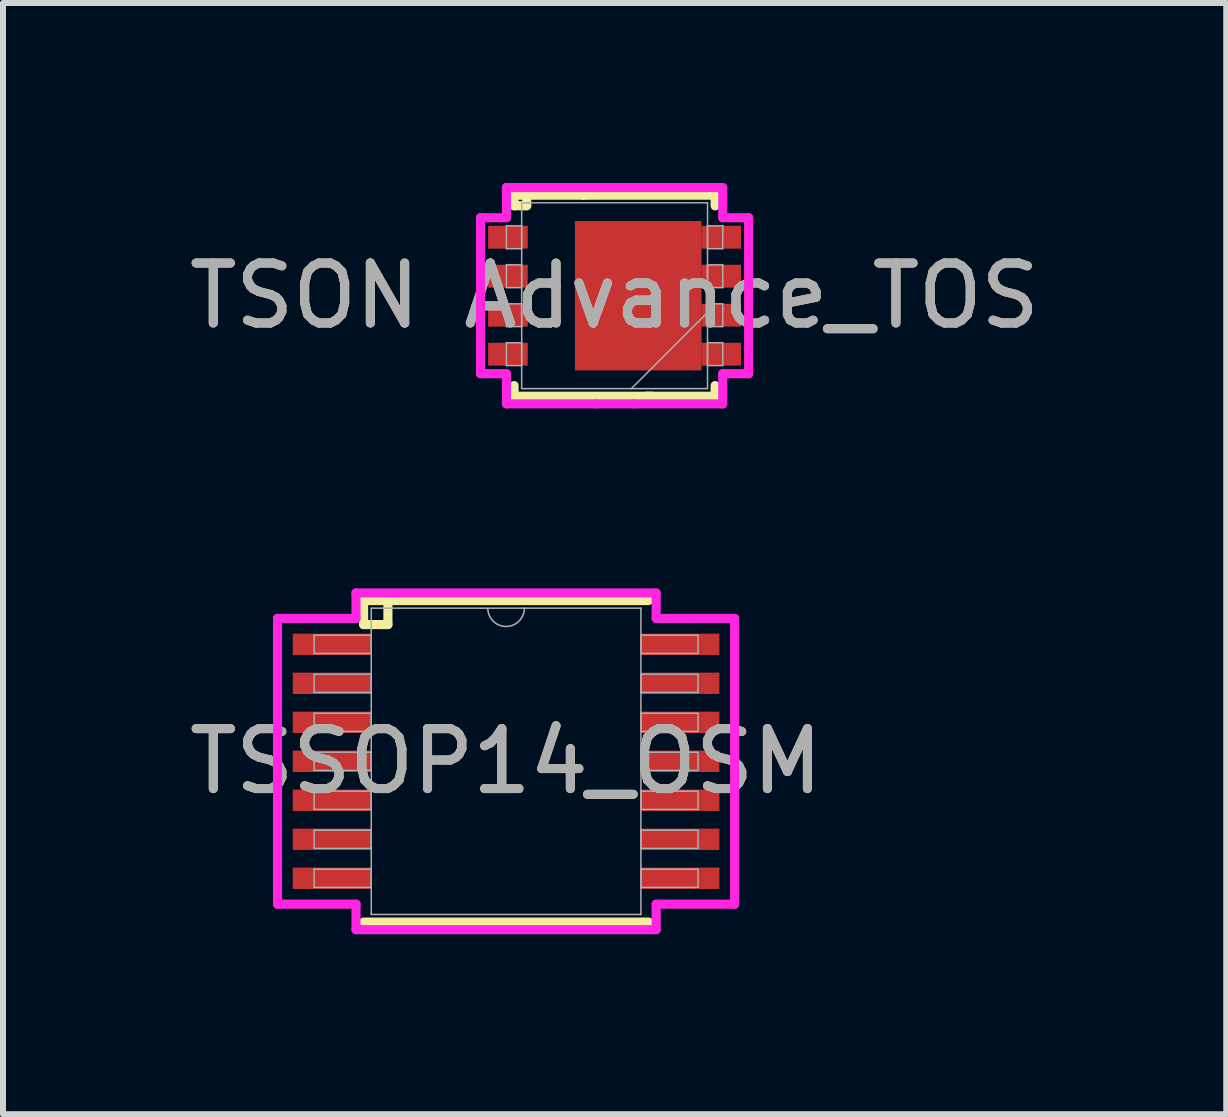
<source format=kicad_pcb>
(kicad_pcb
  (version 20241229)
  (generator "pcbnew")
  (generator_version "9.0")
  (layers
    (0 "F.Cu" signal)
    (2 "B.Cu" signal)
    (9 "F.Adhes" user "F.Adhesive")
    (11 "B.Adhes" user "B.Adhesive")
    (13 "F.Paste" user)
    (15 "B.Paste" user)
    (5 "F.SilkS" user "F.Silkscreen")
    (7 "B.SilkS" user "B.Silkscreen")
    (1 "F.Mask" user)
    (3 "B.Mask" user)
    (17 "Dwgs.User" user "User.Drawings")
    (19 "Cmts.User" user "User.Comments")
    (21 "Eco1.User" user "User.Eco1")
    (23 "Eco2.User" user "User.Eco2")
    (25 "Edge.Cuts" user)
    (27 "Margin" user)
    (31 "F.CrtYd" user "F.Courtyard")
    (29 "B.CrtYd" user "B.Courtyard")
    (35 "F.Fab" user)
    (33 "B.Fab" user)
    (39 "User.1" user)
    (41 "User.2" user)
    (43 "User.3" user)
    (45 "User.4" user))
  (footprint "TSSOP14_OSM"
    (layer "F.Cu")
    (at 5.387 9.642)
    (property "Reference" "TSSOP14_OSM" (at 0 0 0) (unlocked yes) (layer "F.SilkS") (effects (font (size 1 1) (thickness 0.15))))
    (attr smd)
    (fp_line (start -2.375 -2.68) (end -2.375 -2.28) (stroke (width 0.152) (type default)) (layer "F.SilkS"))
    (fp_line (start -2.375 -2.28) (end -1.97 -2.28) (stroke (width 0.152) (type default)) (layer "F.SilkS"))
    (fp_line (start -2.375 2.68) (end 2.375 2.68) (stroke (width 0.152) (type solid)) (layer "F.SilkS"))
    (fp_line (start -1.97 -2.28) (end -1.97 -2.68) (stroke (width 0.152) (type default)) (layer "F.SilkS"))
    (fp_line (start 2.375 -2.68) (end -2.375 -2.68) (stroke (width 0.152) (type solid)) (layer "F.SilkS"))
    (fp_line (start -3.81 -2.382) (end -2.502 -2.382) (stroke (width 0.152) (type solid)) (layer "F.CrtYd"))
    (fp_line (start -3.81 2.382) (end -3.81 -2.382) (stroke (width 0.152) (type solid)) (layer "F.CrtYd"))
    (fp_line (start -3.81 2.382) (end -2.502 2.382) (stroke (width 0.152) (type solid)) (layer "F.CrtYd"))
    (fp_line (start -2.502 -2.807) (end 2.502 -2.807) (stroke (width 0.152) (type solid)) (layer "F.CrtYd"))
    (fp_line (start -2.502 -2.382) (end -2.502 -2.807) (stroke (width 0.152) (type solid)) (layer "F.CrtYd"))
    (fp_line (start -2.502 2.807) (end -2.502 2.382) (stroke (width 0.152) (type solid)) (layer "F.CrtYd"))
    (fp_line (start 2.502 -2.807) (end 2.502 -2.382) (stroke (width 0.152) (type solid)) (layer "F.CrtYd"))
    (fp_line (start 2.502 2.382) (end 2.502 2.807) (stroke (width 0.152) (type solid)) (layer "F.CrtYd"))
    (fp_line (start 2.502 2.807) (end -2.502 2.807) (stroke (width 0.152) (type solid)) (layer "F.CrtYd"))
    (fp_line (start 3.81 -2.382) (end 2.502 -2.382) (stroke (width 0.152) (type solid)) (layer "F.CrtYd"))
    (fp_line (start 3.81 -2.382) (end 3.81 2.382) (stroke (width 0.152) (type solid)) (layer "F.CrtYd"))
    (fp_line (start 3.81 2.382) (end 2.502 2.382) (stroke (width 0.152) (type solid)) (layer "F.CrtYd"))
    (fp_line (start -3.2 -2.102) (end -3.2 -1.798) (stroke (width 0.025) (type solid)) (layer "F.Fab"))
    (fp_line (start -3.2 -1.798) (end -2.248 -1.798) (stroke (width 0.025) (type solid)) (layer "F.Fab"))
    (fp_line (start -3.2 -1.452) (end -3.2 -1.148) (stroke (width 0.025) (type solid)) (layer "F.Fab"))
    (fp_line (start -3.2 -1.148) (end -2.248 -1.148) (stroke (width 0.025) (type solid)) (layer "F.Fab"))
    (fp_line (start -3.2 -0.802) (end -3.2 -0.498) (stroke (width 0.025) (type solid)) (layer "F.Fab"))
    (fp_line (start -3.2 -0.498) (end -2.248 -0.498) (stroke (width 0.025) (type solid)) (layer "F.Fab"))
    (fp_line (start -3.2 -0.152) (end -3.2 0.152) (stroke (width 0.025) (type solid)) (layer "F.Fab"))
    (fp_line (start -3.2 0.152) (end -2.248 0.152) (stroke (width 0.025) (type solid)) (layer "F.Fab"))
    (fp_line (start -3.2 0.498) (end -3.2 0.802) (stroke (width 0.025) (type solid)) (layer "F.Fab"))
    (fp_line (start -3.2 0.802) (end -2.248 0.802) (stroke (width 0.025) (type solid)) (layer "F.Fab"))
    (fp_line (start -3.2 1.148) (end -3.2 1.452) (stroke (width 0.025) (type solid)) (layer "F.Fab"))
    (fp_line (start -3.2 1.452) (end -2.248 1.452) (stroke (width 0.025) (type solid)) (layer "F.Fab"))
    (fp_line (start -3.2 1.798) (end -3.2 2.102) (stroke (width 0.025) (type solid)) (layer "F.Fab"))
    (fp_line (start -3.2 2.102) (end -2.248 2.102) (stroke (width 0.025) (type solid)) (layer "F.Fab"))
    (fp_line (start -2.248 -2.553) (end -2.248 2.553) (stroke (width 0.025) (type solid)) (layer "F.Fab"))
    (fp_line (start -2.248 -2.102) (end -3.2 -2.102) (stroke (width 0.025) (type solid)) (layer "F.Fab"))
    (fp_line (start -2.248 -1.798) (end -2.248 -2.102) (stroke (width 0.025) (type solid)) (layer "F.Fab"))
    (fp_line (start -2.248 -1.452) (end -3.2 -1.452) (stroke (width 0.025) (type solid)) (layer "F.Fab"))
    (fp_line (start -2.248 -1.148) (end -2.248 -1.452) (stroke (width 0.025) (type solid)) (layer "F.Fab"))
    (fp_line (start -2.248 -0.802) (end -3.2 -0.802) (stroke (width 0.025) (type solid)) (layer "F.Fab"))
    (fp_line (start -2.248 -0.498) (end -2.248 -0.802) (stroke (width 0.025) (type solid)) (layer "F.Fab"))
    (fp_line (start -2.248 -0.152) (end -3.2 -0.152) (stroke (width 0.025) (type solid)) (layer "F.Fab"))
    (fp_line (start -2.248 0.152) (end -2.248 -0.152) (stroke (width 0.025) (type solid)) (layer "F.Fab"))
    (fp_line (start -2.248 0.498) (end -3.2 0.498) (stroke (width 0.025) (type solid)) (layer "F.Fab"))
    (fp_line (start -2.248 0.802) (end -2.248 0.498) (stroke (width 0.025) (type solid)) (layer "F.Fab"))
    (fp_line (start -2.248 1.148) (end -3.2 1.148) (stroke (width 0.025) (type solid)) (layer "F.Fab"))
    (fp_line (start -2.248 1.452) (end -2.248 1.148) (stroke (width 0.025) (type solid)) (layer "F.Fab"))
    (fp_line (start -2.248 1.798) (end -3.2 1.798) (stroke (width 0.025) (type solid)) (layer "F.Fab"))
    (fp_line (start -2.248 2.102) (end -2.248 1.798) (stroke (width 0.025) (type solid)) (layer "F.Fab"))
    (fp_line (start -2.248 2.553) (end 2.248 2.553) (stroke (width 0.025) (type solid)) (layer "F.Fab"))
    (fp_line (start 2.248 -2.553) (end -2.248 -2.553) (stroke (width 0.025) (type solid)) (layer "F.Fab"))
    (fp_line (start 2.248 -2.102) (end 2.248 -1.798) (stroke (width 0.025) (type solid)) (layer "F.Fab"))
    (fp_line (start 2.248 -1.798) (end 3.2 -1.798) (stroke (width 0.025) (type solid)) (layer "F.Fab"))
    (fp_line (start 2.248 -1.452) (end 2.248 -1.148) (stroke (width 0.025) (type solid)) (layer "F.Fab"))
    (fp_line (start 2.248 -1.148) (end 3.2 -1.148) (stroke (width 0.025) (type solid)) (layer "F.Fab"))
    (fp_line (start 2.248 -0.802) (end 2.248 -0.498) (stroke (width 0.025) (type solid)) (layer "F.Fab"))
    (fp_line (start 2.248 -0.498) (end 3.2 -0.498) (stroke (width 0.025) (type solid)) (layer "F.Fab"))
    (fp_line (start 2.248 -0.152) (end 2.248 0.152) (stroke (width 0.025) (type solid)) (layer "F.Fab"))
    (fp_line (start 2.248 0.152) (end 3.2 0.152) (stroke (width 0.025) (type solid)) (layer "F.Fab"))
    (fp_line (start 2.248 0.498) (end 2.248 0.802) (stroke (width 0.025) (type solid)) (layer "F.Fab"))
    (fp_line (start 2.248 0.802) (end 3.2 0.802) (stroke (width 0.025) (type solid)) (layer "F.Fab"))
    (fp_line (start 2.248 1.148) (end 2.248 1.452) (stroke (width 0.025) (type solid)) (layer "F.Fab"))
    (fp_line (start 2.248 1.452) (end 3.2 1.452) (stroke (width 0.025) (type solid)) (layer "F.Fab"))
    (fp_line (start 2.248 1.798) (end 2.248 2.102) (stroke (width 0.025) (type solid)) (layer "F.Fab"))
    (fp_line (start 2.248 2.102) (end 3.2 2.102) (stroke (width 0.025) (type solid)) (layer "F.Fab"))
    (fp_line (start 2.248 2.553) (end 2.248 -2.553) (stroke (width 0.025) (type solid)) (layer "F.Fab"))
    (fp_line (start 3.2 -2.102) (end 2.248 -2.102) (stroke (width 0.025) (type solid)) (layer "F.Fab"))
    (fp_line (start 3.2 -1.798) (end 3.2 -2.102) (stroke (width 0.025) (type solid)) (layer "F.Fab"))
    (fp_line (start 3.2 -1.452) (end 2.248 -1.452) (stroke (width 0.025) (type solid)) (layer "F.Fab"))
    (fp_line (start 3.2 -1.148) (end 3.2 -1.452) (stroke (width 0.025) (type solid)) (layer "F.Fab"))
    (fp_line (start 3.2 -0.802) (end 2.248 -0.802) (stroke (width 0.025) (type solid)) (layer "F.Fab"))
    (fp_line (start 3.2 -0.498) (end 3.2 -0.802) (stroke (width 0.025) (type solid)) (layer "F.Fab"))
    (fp_line (start 3.2 -0.152) (end 2.248 -0.152) (stroke (width 0.025) (type solid)) (layer "F.Fab"))
    (fp_line (start 3.2 0.152) (end 3.2 -0.152) (stroke (width 0.025) (type solid)) (layer "F.Fab"))
    (fp_line (start 3.2 0.498) (end 2.248 0.498) (stroke (width 0.025) (type solid)) (layer "F.Fab"))
    (fp_line (start 3.2 0.802) (end 3.2 0.498) (stroke (width 0.025) (type solid)) (layer "F.Fab"))
    (fp_line (start 3.2 1.148) (end 2.248 1.148) (stroke (width 0.025) (type solid)) (layer "F.Fab"))
    (fp_line (start 3.2 1.452) (end 3.2 1.148) (stroke (width 0.025) (type solid)) (layer "F.Fab"))
    (fp_line (start 3.2 1.798) (end 2.248 1.798) (stroke (width 0.025) (type solid)) (layer "F.Fab"))
    (fp_line (start 3.2 2.102) (end 3.2 1.798) (stroke (width 0.025) (type solid)) (layer "F.Fab"))
    (fp_arc (start 0.3048 -2.5527) (mid 0 -2.2479) (end -0.3048 -2.5527) (stroke (width 0.0254) (type solid)) (layer "F.Fab"))
    (fp_text user "${REFERENCE}" (at 0 0 0) (unlocked yes) (layer "F.Fab") (effects (font (size 1 1) (thickness 0.15))))
    (pad "1" smd rect (at -2.902 -1.95) (size 1.308 0.356) (layers "F.Cu" "F.Mask" "F.Paste"))
    (pad "2" smd rect (at -2.902 -1.3) (size 1.308 0.356) (layers "F.Cu" "F.Mask" "F.Paste"))
    (pad "3" smd rect (at -2.902 -0.65) (size 1.308 0.356) (layers "F.Cu" "F.Mask" "F.Paste"))
    (pad "4" smd rect (at -2.902 0) (size 1.308 0.356) (layers "F.Cu" "F.Mask" "F.Paste"))
    (pad "5" smd rect (at -2.902 0.65) (size 1.308 0.356) (layers "F.Cu" "F.Mask" "F.Paste"))
    (pad "6" smd rect (at -2.902 1.3) (size 1.308 0.356) (layers "F.Cu" "F.Mask" "F.Paste"))
    (pad "7" smd rect (at -2.902 1.95) (size 1.308 0.356) (layers "F.Cu" "F.Mask" "F.Paste"))
    (pad "8" smd rect (at 2.902 1.95) (size 1.308 0.356) (layers "F.Cu" "F.Mask" "F.Paste"))
    (pad "9" smd rect (at 2.902 1.3) (size 1.308 0.356) (layers "F.Cu" "F.Mask" "F.Paste"))
    (pad "10" smd rect (at 2.902 0.65) (size 1.308 0.356) (layers "F.Cu" "F.Mask" "F.Paste"))
    (pad "11" smd rect (at 2.902 0) (size 1.308 0.356) (layers "F.Cu" "F.Mask" "F.Paste"))
    (pad "12" smd rect (at 2.902 -0.65) (size 1.308 0.356) (layers "F.Cu" "F.Mask" "F.Paste"))
    (pad "13" smd rect (at 2.902 -1.3) (size 1.308 0.356) (layers "F.Cu" "F.Mask" "F.Paste"))
    (pad "14" smd rect (at 2.902 -1.95) (size 1.308 0.356) (layers "F.Cu" "F.Mask" "F.Paste")))
  (footprint "TSON Advance_TOS"
    (layer "F.Cu")
    (at 7.196 1.88)
    (property "Reference" "TSON Advance_TOS" (at 0 0 0) (unlocked yes) (layer "F.SilkS") (effects (font (size 1 1) (thickness 0.15))))
    (attr smd)
    (fp_line (start -1.676 -1.676) (end -1.676 -1.5) (stroke (width 0.152) (type solid)) (layer "F.SilkS"))
    (fp_line (start -1.676 1.498) (end -1.676 1.676) (stroke (width 0.152) (type solid)) (layer "F.SilkS"))
    (fp_line (start -1.676 1.676) (end 0.635 1.676) (stroke (width 0.152) (type solid)) (layer "F.SilkS"))
    (fp_line (start -1.675 -1.5) (end -1.465 -1.5) (stroke (width 0.152) (type default)) (layer "F.SilkS"))
    (fp_line (start -1.465 -1.5) (end -1.465 -1.67) (stroke (width 0.152) (type default)) (layer "F.SilkS"))
    (fp_line (start -0.523 -1.676) (end -1.676 -1.676) (stroke (width 0.152) (type solid)) (layer "F.SilkS"))
    (fp_line (start 0.523 1.676) (end 1.676 1.676) (stroke (width 0.152) (type solid)) (layer "F.SilkS"))
    (fp_line (start 1.676 -1.676) (end -0.523 -1.676) (stroke (width 0.152) (type solid)) (layer "F.SilkS"))
    (fp_line (start 1.676 -1.498) (end 1.676 -1.676) (stroke (width 0.152) (type solid)) (layer "F.SilkS"))
    (fp_line (start 1.676 1.676) (end 1.676 1.498) (stroke (width 0.152) (type solid)) (layer "F.SilkS"))
    (fp_line (start -2.235 -1.3) (end -1.803 -1.3) (stroke (width 0.152) (type solid)) (layer "F.CrtYd"))
    (fp_line (start -2.235 1.3) (end -2.235 -1.3) (stroke (width 0.152) (type solid)) (layer "F.CrtYd"))
    (fp_line (start -1.803 -1.803) (end -0.325 -1.803) (stroke (width 0.152) (type solid)) (layer "F.CrtYd"))
    (fp_line (start -1.803 -1.3) (end -1.803 -1.803) (stroke (width 0.152) (type solid)) (layer "F.CrtYd"))
    (fp_line (start -1.803 1.3) (end -2.235 1.3) (stroke (width 0.152) (type solid)) (layer "F.CrtYd"))
    (fp_line (start -1.803 1.803) (end -1.803 1.3) (stroke (width 0.152) (type solid)) (layer "F.CrtYd"))
    (fp_line (start -0.325 -1.803) (end 1.803 -1.803) (stroke (width 0.152) (type solid)) (layer "F.CrtYd"))
    (fp_line (start -0.325 1.803) (end -1.803 1.803) (stroke (width 0.152) (type solid)) (layer "F.CrtYd"))
    (fp_line (start 0.325 1.803) (end -0.325 1.803) (stroke (width 0.152) (type solid)) (layer "F.CrtYd"))
    (fp_line (start 1.803 -1.803) (end 1.803 -1.3) (stroke (width 0.152) (type solid)) (layer "F.CrtYd"))
    (fp_line (start 1.803 -1.3) (end 2.235 -1.3) (stroke (width 0.152) (type solid)) (layer "F.CrtYd"))
    (fp_line (start 1.803 1.3) (end 1.803 1.803) (stroke (width 0.152) (type solid)) (layer "F.CrtYd"))
    (fp_line (start 1.803 1.803) (end 0.325 1.803) (stroke (width 0.152) (type solid)) (layer "F.CrtYd"))
    (fp_line (start 2.235 -1.3) (end 2.235 1.3) (stroke (width 0.152) (type solid)) (layer "F.CrtYd"))
    (fp_line (start 2.235 1.3) (end 1.803 1.3) (stroke (width 0.152) (type solid)) (layer "F.CrtYd"))
    (fp_line (start -1.803 -1.165) (end -1.803 -0.784) (stroke (width 0.025) (type solid)) (layer "F.Fab"))
    (fp_line (start -1.803 -0.784) (end -1.549 -0.784) (stroke (width 0.025) (type solid)) (layer "F.Fab"))
    (fp_line (start -1.803 -0.515) (end -1.803 -0.135) (stroke (width 0.025) (type solid)) (layer "F.Fab"))
    (fp_line (start -1.803 -0.135) (end -1.549 -0.135) (stroke (width 0.025) (type solid)) (layer "F.Fab"))
    (fp_line (start -1.803 0.135) (end -1.803 0.515) (stroke (width 0.025) (type solid)) (layer "F.Fab"))
    (fp_line (start -1.803 0.515) (end -1.549 0.515) (stroke (width 0.025) (type solid)) (layer "F.Fab"))
    (fp_line (start -1.803 0.784) (end -1.803 1.165) (stroke (width 0.025) (type solid)) (layer "F.Fab"))
    (fp_line (start -1.803 1.165) (end -1.549 1.165) (stroke (width 0.025) (type solid)) (layer "F.Fab"))
    (fp_line (start -1.549 -1.549) (end -1.549 1.549) (stroke (width 0.025) (type solid)) (layer "F.Fab"))
    (fp_line (start -1.549 -1.165) (end -1.803 -1.165) (stroke (width 0.025) (type solid)) (layer "F.Fab"))
    (fp_line (start -1.549 -0.784) (end -1.549 -1.165) (stroke (width 0.025) (type solid)) (layer "F.Fab"))
    (fp_line (start -1.549 -0.515) (end -1.803 -0.515) (stroke (width 0.025) (type solid)) (layer "F.Fab"))
    (fp_line (start -1.549 -0.135) (end -1.549 -0.515) (stroke (width 0.025) (type solid)) (layer "F.Fab"))
    (fp_line (start -1.549 0.135) (end -1.803 0.135) (stroke (width 0.025) (type solid)) (layer "F.Fab"))
    (fp_line (start -1.549 0.515) (end -1.549 0.135) (stroke (width 0.025) (type solid)) (layer "F.Fab"))
    (fp_line (start -1.549 0.784) (end -1.803 0.784) (stroke (width 0.025) (type solid)) (layer "F.Fab"))
    (fp_line (start -1.549 1.165) (end -1.549 0.784) (stroke (width 0.025) (type solid)) (layer "F.Fab"))
    (fp_line (start -1.549 1.549) (end 1.549 1.549) (stroke (width 0.025) (type solid)) (layer "F.Fab"))
    (fp_line (start 1.549 -1.549) (end -1.549 -1.549) (stroke (width 0.025) (type solid)) (layer "F.Fab"))
    (fp_line (start 1.549 -1.165) (end 1.549 -0.784) (stroke (width 0.025) (type solid)) (layer "F.Fab"))
    (fp_line (start 1.549 -0.784) (end 1.803 -0.784) (stroke (width 0.025) (type solid)) (layer "F.Fab"))
    (fp_line (start 1.549 -0.515) (end 1.549 -0.135) (stroke (width 0.025) (type solid)) (layer "F.Fab"))
    (fp_line (start 1.549 -0.135) (end 1.803 -0.135) (stroke (width 0.025) (type solid)) (layer "F.Fab"))
    (fp_line (start 1.549 0.135) (end 1.549 0.515) (stroke (width 0.025) (type solid)) (layer "F.Fab"))
    (fp_line (start 1.549 0.279) (end 0.279 1.549) (stroke (width 0.025) (type solid)) (layer "F.Fab"))
    (fp_line (start 1.549 0.515) (end 1.803 0.515) (stroke (width 0.025) (type solid)) (layer "F.Fab"))
    (fp_line (start 1.549 0.784) (end 1.549 1.165) (stroke (width 0.025) (type solid)) (layer "F.Fab"))
    (fp_line (start 1.549 1.165) (end 1.803 1.165) (stroke (width 0.025) (type solid)) (layer "F.Fab"))
    (fp_line (start 1.549 1.549) (end 1.549 -1.549) (stroke (width 0.025) (type solid)) (layer "F.Fab"))
    (fp_line (start 1.803 -1.165) (end 1.549 -1.165) (stroke (width 0.025) (type solid)) (layer "F.Fab"))
    (fp_line (start 1.803 -0.784) (end 1.803 -1.165) (stroke (width 0.025) (type solid)) (layer "F.Fab"))
    (fp_line (start 1.803 -0.515) (end 1.549 -0.515) (stroke (width 0.025) (type solid)) (layer "F.Fab"))
    (fp_line (start 1.803 -0.135) (end 1.803 -0.515) (stroke (width 0.025) (type solid)) (layer "F.Fab"))
    (fp_line (start 1.803 0.135) (end 1.549 0.135) (stroke (width 0.025) (type solid)) (layer "F.Fab"))
    (fp_line (start 1.803 0.515) (end 1.803 0.135) (stroke (width 0.025) (type solid)) (layer "F.Fab"))
    (fp_line (start 1.803 0.784) (end 1.549 0.784) (stroke (width 0.025) (type solid)) (layer "F.Fab"))
    (fp_line (start 1.803 1.165) (end 1.803 0.784) (stroke (width 0.025) (type solid)) (layer "F.Fab"))
    (fp_text user "${REFERENCE}" (at 0 0 0) (unlocked yes) (layer "F.Fab") (effects (font (size 1 1) (thickness 0.15))))
    (pad "1" smd rect (at -1.778 -0.975 90) (size 0.381 0.66) (layers "F.Cu" "F.Mask" "F.Paste"))
    (pad "2" smd rect (at -1.778 -0.325 90) (size 0.381 0.66) (layers "F.Cu" "F.Mask" "F.Paste"))
    (pad "3" smd rect (at -1.778 0.325 90) (size 0.381 0.66) (layers "F.Cu" "F.Mask" "F.Paste"))
    (pad "4" smd rect (at -1.778 0.975 90) (size 0.381 0.66) (layers "F.Cu" "F.Mask" "F.Paste"))
    (pad "5" smd rect (at 1.778 0.975 90) (size 0.381 0.66) (layers "F.Cu" "F.Mask" "F.Paste"))
    (pad "6" smd rect (at 1.778 0.325 90) (size 0.381 0.66) (layers "F.Cu" "F.Mask" "F.Paste"))
    (pad "7" smd rect (at 1.778 -0.325 90) (size 0.381 0.66) (layers "F.Cu" "F.Mask" "F.Paste"))
    (pad "8" smd rect (at 0.394 0 90) (size 2.49 2.11) (layers "F.Cu" "F.Mask" "F.Paste"))
    (pad "8" smd rect (at 1.778 -0.975 90) (size 0.381 0.66) (layers "F.Cu" "F.Mask" "F.Paste")))
  (gr_rect
    (start -3 -3)
    (end 17.393 15.525)
    (stroke (width 0.1) (type default))
    (fill no)
    (layer "Edge.Cuts")))
</source>
